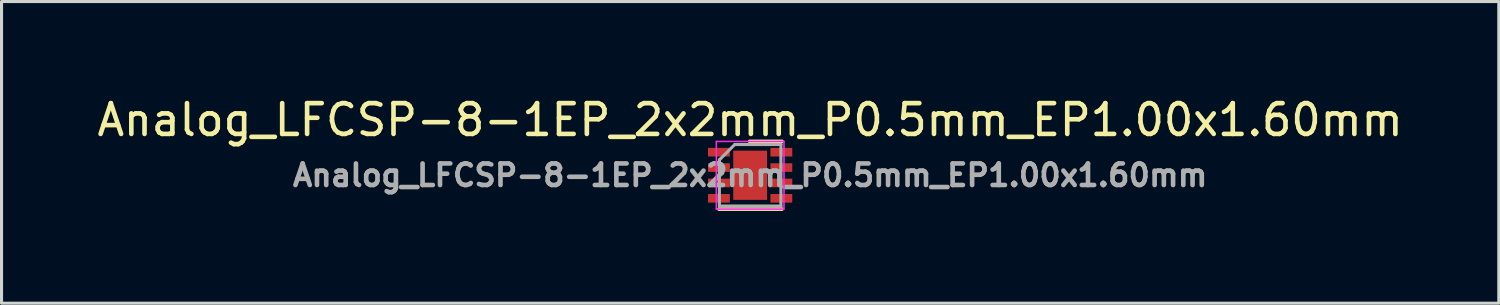
<source format=kicad_pcb>
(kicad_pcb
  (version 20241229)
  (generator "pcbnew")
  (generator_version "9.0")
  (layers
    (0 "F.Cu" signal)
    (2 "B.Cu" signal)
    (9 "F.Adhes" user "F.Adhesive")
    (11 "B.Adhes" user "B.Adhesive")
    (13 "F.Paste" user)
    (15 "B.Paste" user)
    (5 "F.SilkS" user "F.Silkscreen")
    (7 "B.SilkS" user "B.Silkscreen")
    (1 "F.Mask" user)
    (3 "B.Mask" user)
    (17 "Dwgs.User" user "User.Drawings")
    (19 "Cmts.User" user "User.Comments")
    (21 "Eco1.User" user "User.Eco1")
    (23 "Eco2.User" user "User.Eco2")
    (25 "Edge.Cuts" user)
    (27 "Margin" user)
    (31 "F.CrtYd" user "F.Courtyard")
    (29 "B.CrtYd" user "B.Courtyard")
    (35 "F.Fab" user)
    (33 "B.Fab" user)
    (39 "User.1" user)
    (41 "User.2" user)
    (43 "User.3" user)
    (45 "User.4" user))
  (footprint "Analog_LFCSP-8-1EP_2x2mm_P0.5mm_EP1.00x1.60mm"
    (layer "F.Cu")
    (at 21.339 2.648)
    (property "Reference" "Analog_LFCSP-8-1EP_2x2mm_P0.5mm_EP1.00x1.60mm" (at 0 -1.8 0) (unlocked yes) (layer "F.SilkS") (effects (font (size 1 1) (thickness 0.15))))
    (attr smd)
    (fp_line (start 1.035 -1.1) (end -0.015 -1.1) (stroke (width 0.12) (type solid)) (layer "F.SilkS"))
    (fp_line (start 1.035 1.1) (end -1.015 1.1) (stroke (width 0.12) (type solid)) (layer "F.SilkS"))
    (fp_line (start -1.1 -1.1) (end 1.1 -1.1) (stroke (width 0.05) (type solid)) (layer "F.CrtYd"))
    (fp_line (start -1.1 1.1) (end -1.1 -1.1) (stroke (width 0.05) (type solid)) (layer "F.CrtYd"))
    (fp_line (start 1.1 -1.1) (end 1.1 1.1) (stroke (width 0.05) (type solid)) (layer "F.CrtYd"))
    (fp_line (start 1.1 1.1) (end -1.1 1.1) (stroke (width 0.05) (type solid)) (layer "F.CrtYd"))
    (fp_line (start -1 -0.5) (end -1 1) (stroke (width 0.1) (type solid)) (layer "F.Fab"))
    (fp_line (start -0.5 -1) (end -1 -0.5) (stroke (width 0.1) (type solid)) (layer "F.Fab"))
    (fp_line (start -0.5 -1) (end 1 -1) (stroke (width 0.1) (type solid)) (layer "F.Fab"))
    (fp_line (start 1 1) (end -1 1) (stroke (width 0.1) (type solid)) (layer "F.Fab"))
    (fp_line (start 1 1) (end 1 -1) (stroke (width 0.1) (type solid)) (layer "F.Fab"))
    (fp_text user "${REFERENCE}" (at 0 0 180) (layer "F.Fab") (effects (font (size 0.7 0.7) (thickness 0.15))))
    (pad "" smd rect (at 0 0) (size 0.8 1.2) (layers "F.Paste"))
    (pad "1" smd rect (at -1.015 -0.75) (size 0.71 0.28) (layers "F.Cu" "F.Mask" "F.Paste"))
    (pad "2" smd rect (at -1.015 -0.25) (size 0.71 0.28) (layers "F.Cu" "F.Mask" "F.Paste"))
    (pad "3" smd rect (at -1.015 0.25) (size 0.71 0.28) (layers "F.Cu" "F.Mask" "F.Paste"))
    (pad "4" smd rect (at -1.015 0.75) (size 0.71 0.28) (layers "F.Cu" "F.Mask" "F.Paste"))
    (pad "5" smd rect (at 1.015 0.75) (size 0.71 0.28) (layers "F.Cu" "F.Mask" "F.Paste"))
    (pad "6" smd rect (at 1.015 0.25) (size 0.71 0.28) (layers "F.Cu" "F.Mask" "F.Paste"))
    (pad "7" smd rect (at 1.015 -0.25) (size 0.71 0.28) (layers "F.Cu" "F.Mask" "F.Paste"))
    (pad "8" smd rect (at 1.015 -0.75) (size 0.71 0.28) (layers "F.Cu" "F.Mask" "F.Paste"))
    (pad "EP" smd rect (at 0 0) (size 1.1 1.6) (layers "F.Cu" "F.Mask")))
  (gr_rect
    (start -3 -3)
    (end 45.679 6.808)
    (stroke (width 0.1) (type default))
    (fill no)
    (layer "Edge.Cuts")))
</source>
